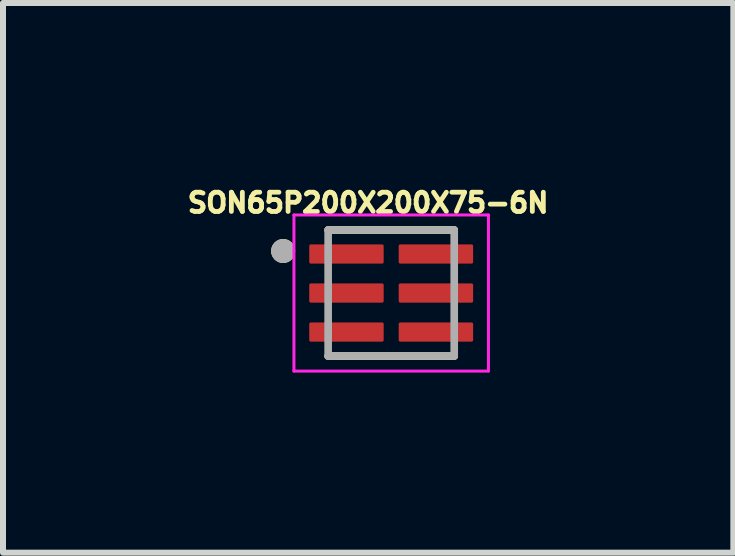
<source format=kicad_pcb>
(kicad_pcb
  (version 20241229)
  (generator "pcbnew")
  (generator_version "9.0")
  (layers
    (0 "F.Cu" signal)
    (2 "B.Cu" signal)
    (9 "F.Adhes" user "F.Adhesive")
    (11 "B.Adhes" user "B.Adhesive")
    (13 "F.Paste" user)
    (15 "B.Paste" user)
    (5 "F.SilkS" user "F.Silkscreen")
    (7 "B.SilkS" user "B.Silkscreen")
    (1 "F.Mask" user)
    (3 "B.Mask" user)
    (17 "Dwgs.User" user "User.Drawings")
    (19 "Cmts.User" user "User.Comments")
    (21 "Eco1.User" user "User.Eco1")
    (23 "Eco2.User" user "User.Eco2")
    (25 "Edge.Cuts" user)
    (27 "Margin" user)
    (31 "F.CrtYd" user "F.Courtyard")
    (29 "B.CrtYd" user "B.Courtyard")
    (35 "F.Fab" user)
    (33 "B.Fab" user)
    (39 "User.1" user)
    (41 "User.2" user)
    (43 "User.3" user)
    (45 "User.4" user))
  (footprint "SON65P200X200X75-6N"
    (layer "F.Cu")
    (at 3.466 1.831)
    (property "Reference" "SON65P200X200X75-6N" (at -0.384 -1.503 0) (layer "F.SilkS") (effects (font (size 0.32 0.32) (thickness 0.15))))
    (attr smd)
    (fp_line (start -1.05 -1.05) (end 1.05 -1.05) (stroke (width 0.127) (type solid)) (layer "F.SilkS"))
    (fp_line (start -1.05 1.05) (end 1.05 1.05) (stroke (width 0.127) (type solid)) (layer "F.SilkS"))
    (fp_circle (center -1.8 -0.7) (end -1.7 -0.7) (stroke (width 0.2) (type solid)) (fill no) (layer "F.SilkS"))
    (fp_line (start -1.62 -1.3) (end 1.62 -1.3) (stroke (width 0.05) (type solid)) (layer "F.CrtYd"))
    (fp_line (start -1.62 1.3) (end -1.62 -1.3) (stroke (width 0.05) (type solid)) (layer "F.CrtYd"))
    (fp_line (start 1.62 -1.3) (end 1.62 1.3) (stroke (width 0.05) (type solid)) (layer "F.CrtYd"))
    (fp_line (start 1.62 1.3) (end -1.62 1.3) (stroke (width 0.05) (type solid)) (layer "F.CrtYd"))
    (fp_line (start -1.05 -1.05) (end 1.05 -1.05) (stroke (width 0.127) (type solid)) (layer "F.Fab"))
    (fp_line (start -1.05 1.05) (end -1.05 -1.05) (stroke (width 0.127) (type solid)) (layer "F.Fab"))
    (fp_line (start 1.05 -1.05) (end 1.05 1.05) (stroke (width 0.127) (type solid)) (layer "F.Fab"))
    (fp_line (start 1.05 1.05) (end -1.05 1.05) (stroke (width 0.127) (type solid)) (layer "F.Fab"))
    (fp_circle (center -1.8 -0.7) (end -1.7 -0.7) (stroke (width 0.2) (type solid)) (fill no) (layer "F.Fab"))
    (pad "1" smd roundrect (at -0.745 -0.65) (size 1.24 0.32) (layers "F.Cu" "F.Mask" "F.Paste") (roundrect_rratio 0.08))
    (pad "2" smd roundrect (at -0.745 0) (size 1.24 0.32) (layers "F.Cu" "F.Mask" "F.Paste") (roundrect_rratio 0.08))
    (pad "3" smd roundrect (at -0.745 0.65) (size 1.24 0.32) (layers "F.Cu" "F.Mask" "F.Paste") (roundrect_rratio 0.08))
    (pad "4" smd roundrect (at 0.745 0.65) (size 1.24 0.32) (layers "F.Cu" "F.Mask" "F.Paste") (roundrect_rratio 0.08))
    (pad "5" smd roundrect (at 0.745 0) (size 1.24 0.32) (layers "F.Cu" "F.Mask" "F.Paste") (roundrect_rratio 0.08))
    (pad "6" smd roundrect (at 0.745 -0.65) (size 1.24 0.32) (layers "F.Cu" "F.Mask" "F.Paste") (roundrect_rratio 0.08)))
  (gr_rect
    (start -3 -3)
    (end 9.165 6.156)
    (stroke (width 0.1) (type default))
    (fill no)
    (layer "Edge.Cuts")))
</source>
